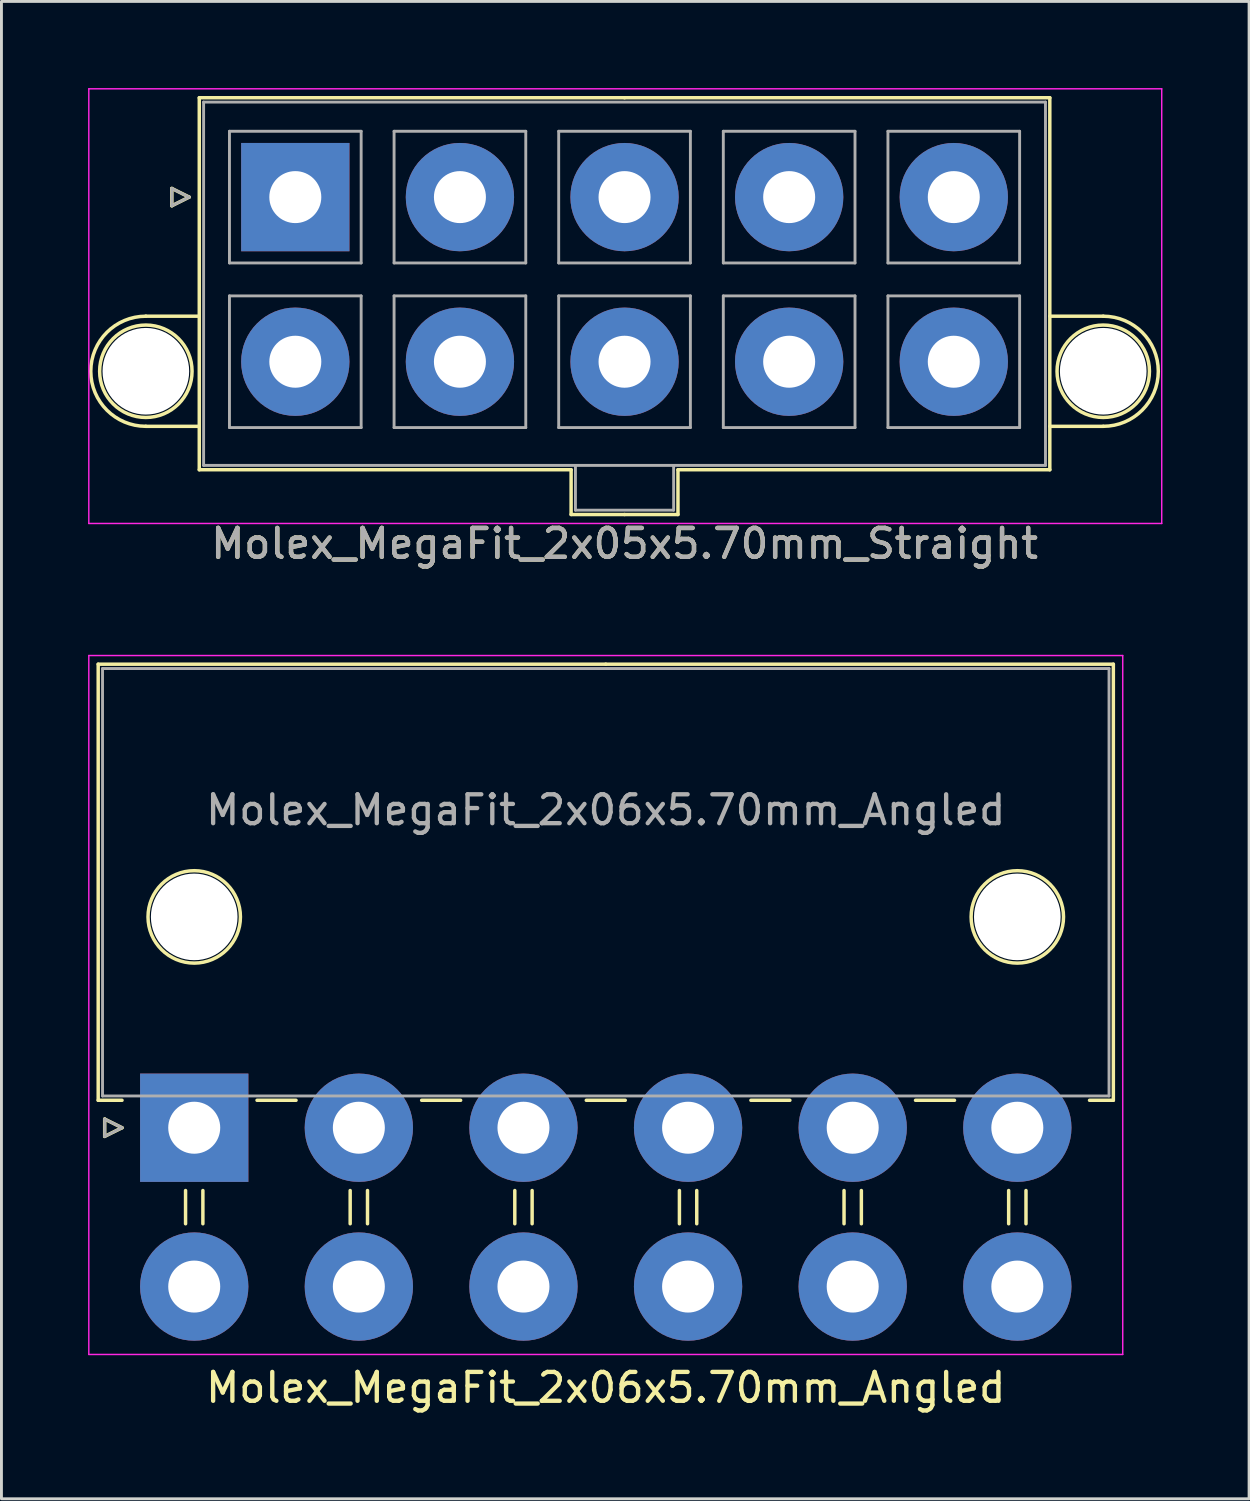
<source format=kicad_pcb>
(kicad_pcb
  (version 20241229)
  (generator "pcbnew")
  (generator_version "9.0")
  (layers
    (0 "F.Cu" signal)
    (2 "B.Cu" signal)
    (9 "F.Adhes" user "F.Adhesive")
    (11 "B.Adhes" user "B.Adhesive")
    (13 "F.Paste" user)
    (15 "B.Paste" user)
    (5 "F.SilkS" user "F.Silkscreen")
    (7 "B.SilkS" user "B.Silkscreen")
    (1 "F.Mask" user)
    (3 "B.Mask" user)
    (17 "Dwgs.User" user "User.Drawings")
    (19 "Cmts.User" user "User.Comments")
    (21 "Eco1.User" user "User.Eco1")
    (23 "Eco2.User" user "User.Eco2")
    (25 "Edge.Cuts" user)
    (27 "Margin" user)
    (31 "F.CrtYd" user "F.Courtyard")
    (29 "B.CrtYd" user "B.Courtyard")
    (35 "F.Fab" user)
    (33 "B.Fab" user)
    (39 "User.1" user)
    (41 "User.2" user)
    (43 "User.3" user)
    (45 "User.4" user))
  (footprint "Molex_MegaFit_2x06x5.70mm_Angled"
    (layer "F.Cu")
    (at 3.675 35.998)
    (property "Reference" "Molex_MegaFit_2x06x5.70mm_Angled" (at 14.25 9 0) (layer "F.SilkS") (effects (font (size 1 1) (thickness 0.15))))
    (attr through_hole)
    (fp_line (start -3.325 -16.05) (end -3.325 -0.95) (stroke (width 0.12) (type solid)) (layer "F.SilkS"))
    (fp_line (start -3.325 -0.95) (end -2.5 -0.95) (stroke (width 0.12) (type solid)) (layer "F.SilkS"))
    (fp_line (start -3.1 -0.3) (end -2.5 0) (stroke (width 0.12) (type solid)) (layer "F.SilkS"))
    (fp_line (start -3.1 0.3) (end -3.1 -0.3) (stroke (width 0.12) (type solid)) (layer "F.SilkS"))
    (fp_line (start -2.5 0) (end -3.1 0.3) (stroke (width 0.12) (type solid)) (layer "F.SilkS"))
    (fp_line (start -0.3 2.175) (end -0.3 3.325) (stroke (width 0.12) (type solid)) (layer "F.SilkS"))
    (fp_line (start 0.3 2.175) (end 0.3 3.325) (stroke (width 0.12) (type solid)) (layer "F.SilkS"))
    (fp_line (start 2.175 -0.95) (end 3.525 -0.95) (stroke (width 0.12) (type solid)) (layer "F.SilkS"))
    (fp_line (start 5.4 2.175) (end 5.4 3.325) (stroke (width 0.12) (type solid)) (layer "F.SilkS"))
    (fp_line (start 6 2.175) (end 6 3.325) (stroke (width 0.12) (type solid)) (layer "F.SilkS"))
    (fp_line (start 7.875 -0.95) (end 9.225 -0.95) (stroke (width 0.12) (type solid)) (layer "F.SilkS"))
    (fp_line (start 11.1 2.175) (end 11.1 3.325) (stroke (width 0.12) (type solid)) (layer "F.SilkS"))
    (fp_line (start 11.7 2.175) (end 11.7 3.325) (stroke (width 0.12) (type solid)) (layer "F.SilkS"))
    (fp_line (start 13.575 -0.95) (end 14.925 -0.95) (stroke (width 0.12) (type solid)) (layer "F.SilkS"))
    (fp_line (start 14.25 -16.05) (end -3.325 -16.05) (stroke (width 0.12) (type solid)) (layer "F.SilkS"))
    (fp_line (start 14.25 -16.05) (end 31.825 -16.05) (stroke (width 0.12) (type solid)) (layer "F.SilkS"))
    (fp_line (start 16.8 2.175) (end 16.8 3.325) (stroke (width 0.12) (type solid)) (layer "F.SilkS"))
    (fp_line (start 17.4 2.175) (end 17.4 3.325) (stroke (width 0.12) (type solid)) (layer "F.SilkS"))
    (fp_line (start 19.275 -0.95) (end 20.625 -0.95) (stroke (width 0.12) (type solid)) (layer "F.SilkS"))
    (fp_line (start 22.5 2.175) (end 22.5 3.325) (stroke (width 0.12) (type solid)) (layer "F.SilkS"))
    (fp_line (start 23.1 2.175) (end 23.1 3.325) (stroke (width 0.12) (type solid)) (layer "F.SilkS"))
    (fp_line (start 24.975 -0.95) (end 26.325 -0.95) (stroke (width 0.12) (type solid)) (layer "F.SilkS"))
    (fp_line (start 28.2 2.175) (end 28.2 3.325) (stroke (width 0.12) (type solid)) (layer "F.SilkS"))
    (fp_line (start 28.8 2.175) (end 28.8 3.325) (stroke (width 0.12) (type solid)) (layer "F.SilkS"))
    (fp_line (start 31.825 -16.05) (end 31.825 -0.95) (stroke (width 0.12) (type solid)) (layer "F.SilkS"))
    (fp_line (start 31.825 -0.95) (end 31 -0.95) (stroke (width 0.12) (type solid)) (layer "F.SilkS"))
    (fp_circle (center 0 -7.3) (end 1.6 -7.3) (stroke (width 0.12) (type solid)) (fill no) (layer "F.SilkS"))
    (fp_circle (center 28.5 -7.3) (end 30.1 -7.3) (stroke (width 0.12) (type solid)) (fill no) (layer "F.SilkS"))
    (fp_line (start -3.65 -16.35) (end -3.65 7.85) (stroke (width 0.05) (type solid)) (layer "F.CrtYd"))
    (fp_line (start -3.65 7.85) (end 32.15 7.85) (stroke (width 0.05) (type solid)) (layer "F.CrtYd"))
    (fp_line (start 32.15 -16.35) (end -3.65 -16.35) (stroke (width 0.05) (type solid)) (layer "F.CrtYd"))
    (fp_line (start 32.15 7.85) (end 32.15 -16.35) (stroke (width 0.05) (type solid)) (layer "F.CrtYd"))
    (fp_line (start -3.175 -15.9) (end -3.175 -1.1) (stroke (width 0.1) (type solid)) (layer "F.Fab"))
    (fp_line (start -3.175 -1.1) (end 31.675 -1.1) (stroke (width 0.1) (type solid)) (layer "F.Fab"))
    (fp_line (start -3.1 -0.3) (end -2.5 0) (stroke (width 0.1) (type solid)) (layer "F.Fab"))
    (fp_line (start -3.1 0.3) (end -3.1 -0.3) (stroke (width 0.1) (type solid)) (layer "F.Fab"))
    (fp_line (start -2.5 0) (end -3.1 0.3) (stroke (width 0.1) (type solid)) (layer "F.Fab"))
    (fp_line (start 31.675 -15.9) (end -3.175 -15.9) (stroke (width 0.1) (type solid)) (layer "F.Fab"))
    (fp_line (start 31.675 -1.1) (end 31.675 -15.9) (stroke (width 0.1) (type solid)) (layer "F.Fab"))
    (fp_text user "${REFERENCE}" (at 14.25 -11 0) (layer "F.Fab") (effects (font (size 1 1) (thickness 0.15))))
    (pad "" np_thru_hole circle (at 0 -7.3) (size 3 3) (drill 3) (layers "*.Cu" "*.Mask"))
    (pad "" np_thru_hole circle (at 28.5 -7.3) (size 3 3) (drill 3) (layers "*.Cu" "*.Mask"))
    (pad "1" thru_hole rect (at 0 0) (size 3.75 3.75) (drill 1.8) (layers "*.Cu" "*.Mask"))
    (pad "2" thru_hole circle (at 5.7 0) (size 3.75 3.75) (drill 1.8) (layers "*.Cu" "*.Mask"))
    (pad "3" thru_hole circle (at 11.4 0) (size 3.75 3.75) (drill 1.8) (layers "*.Cu" "*.Mask"))
    (pad "4" thru_hole circle (at 17.1 0) (size 3.75 3.75) (drill 1.8) (layers "*.Cu" "*.Mask"))
    (pad "5" thru_hole circle (at 22.8 0) (size 3.75 3.75) (drill 1.8) (layers "*.Cu" "*.Mask"))
    (pad "6" thru_hole circle (at 28.5 0) (size 3.75 3.75) (drill 1.8) (layers "*.Cu" "*.Mask"))
    (pad "7" thru_hole circle (at 0 5.5) (size 3.75 3.75) (drill 1.8) (layers "*.Cu" "*.Mask"))
    (pad "8" thru_hole circle (at 5.7 5.5) (size 3.75 3.75) (drill 1.8) (layers "*.Cu" "*.Mask"))
    (pad "9" thru_hole circle (at 11.4 5.5) (size 3.75 3.75) (drill 1.8) (layers "*.Cu" "*.Mask"))
    (pad "10" thru_hole circle (at 17.1 5.5) (size 3.75 3.75) (drill 1.8) (layers "*.Cu" "*.Mask"))
    (pad "11" thru_hole circle (at 22.8 5.5) (size 3.75 3.75) (drill 1.8) (layers "*.Cu" "*.Mask"))
    (pad "12" thru_hole circle (at 28.5 5.5) (size 3.75 3.75) (drill 1.8) (layers "*.Cu" "*.Mask")))
  (footprint "Molex_MegaFit_2x05x5.70mm_Straight"
    (layer "F.Cu")
    (at 7.175 3.775)
    (property "Reference" "Molex_MegaFit_2x05x5.70mm_Straight" (at 11.4 12 0) (layer "F.SilkS") (effects (font (size 1 1) (thickness 0.15))))
    (attr through_hole)
    (fp_line (start -5.175 4.124) (end -3.325 4.124) (stroke (width 0.12) (type solid)) (layer "F.SilkS"))
    (fp_line (start -5.175 7.936) (end -3.325 7.936) (stroke (width 0.12) (type solid)) (layer "F.SilkS"))
    (fp_line (start -4.275 -0.3) (end -3.675 0) (stroke (width 0.12) (type solid)) (layer "F.SilkS"))
    (fp_line (start -4.275 0.3) (end -4.275 -0.3) (stroke (width 0.12) (type solid)) (layer "F.SilkS"))
    (fp_line (start -3.675 0) (end -4.275 0.3) (stroke (width 0.12) (type solid)) (layer "F.SilkS"))
    (fp_line (start -3.325 -3.44) (end -3.325 9.44) (stroke (width 0.12) (type solid)) (layer "F.SilkS"))
    (fp_line (start -3.325 9.44) (end 9.55 9.44) (stroke (width 0.12) (type solid)) (layer "F.SilkS"))
    (fp_line (start 9.55 9.44) (end 9.55 10.99) (stroke (width 0.12) (type solid)) (layer "F.SilkS"))
    (fp_line (start 9.55 10.99) (end 11.4 10.99) (stroke (width 0.12) (type solid)) (layer "F.SilkS"))
    (fp_line (start 11.4 -3.44) (end -3.325 -3.44) (stroke (width 0.12) (type solid)) (layer "F.SilkS"))
    (fp_line (start 11.4 -3.44) (end 26.125 -3.44) (stroke (width 0.12) (type solid)) (layer "F.SilkS"))
    (fp_line (start 13.25 9.44) (end 13.25 10.99) (stroke (width 0.12) (type solid)) (layer "F.SilkS"))
    (fp_line (start 13.25 10.99) (end 11.4 10.99) (stroke (width 0.12) (type solid)) (layer "F.SilkS"))
    (fp_line (start 26.125 -3.44) (end 26.125 9.44) (stroke (width 0.12) (type solid)) (layer "F.SilkS"))
    (fp_line (start 26.125 9.44) (end 13.25 9.44) (stroke (width 0.12) (type solid)) (layer "F.SilkS"))
    (fp_line (start 27.975 4.124) (end 26.125 4.124) (stroke (width 0.12) (type solid)) (layer "F.SilkS"))
    (fp_line (start 27.975 7.936) (end 26.125 7.936) (stroke (width 0.12) (type solid)) (layer "F.SilkS"))
    (fp_arc (start -5.175 7.93625) (mid -7.08125 6.03) (end -5.175 4.12375) (stroke (width 0.12) (type solid)) (layer "F.SilkS"))
    (fp_arc (start 27.975 4.12375) (mid 29.88125 6.03) (end 27.975 7.93625) (stroke (width 0.12) (type solid)) (layer "F.SilkS"))
    (fp_circle (center -5.175 6.03) (end -3.575 6.03) (stroke (width 0.12) (type solid)) (fill no) (layer "F.SilkS"))
    (fp_circle (center 27.975 6.03) (end 29.575 6.03) (stroke (width 0.12) (type solid)) (fill no) (layer "F.SilkS"))
    (fp_line (start -7.15 -3.75) (end -7.15 11.3) (stroke (width 0.05) (type solid)) (layer "F.CrtYd"))
    (fp_line (start -7.15 11.3) (end 30 11.3) (stroke (width 0.05) (type solid)) (layer "F.CrtYd"))
    (fp_line (start 30 -3.75) (end -7.15 -3.75) (stroke (width 0.05) (type solid)) (layer "F.CrtYd"))
    (fp_line (start 30 11.3) (end 30 -3.75) (stroke (width 0.05) (type solid)) (layer "F.CrtYd"))
    (fp_line (start -4.275 -0.3) (end -3.675 0) (stroke (width 0.1) (type solid)) (layer "F.Fab"))
    (fp_line (start -4.275 0.3) (end -4.275 -0.3) (stroke (width 0.1) (type solid)) (layer "F.Fab"))
    (fp_line (start -3.675 0) (end -4.275 0.3) (stroke (width 0.1) (type solid)) (layer "F.Fab"))
    (fp_line (start -3.175 -3.29) (end -3.175 9.29) (stroke (width 0.1) (type solid)) (layer "F.Fab"))
    (fp_line (start -3.175 9.29) (end 25.975 9.29) (stroke (width 0.1) (type solid)) (layer "F.Fab"))
    (fp_line (start -2.28 -2.28) (end -2.28 2.28) (stroke (width 0.1) (type solid)) (layer "F.Fab"))
    (fp_line (start -2.28 2.28) (end 2.28 2.28) (stroke (width 0.1) (type solid)) (layer "F.Fab"))
    (fp_line (start -2.28 3.42) (end -2.28 7.98) (stroke (width 0.1) (type solid)) (layer "F.Fab"))
    (fp_line (start -2.28 7.98) (end 2.28 7.98) (stroke (width 0.1) (type solid)) (layer "F.Fab"))
    (fp_line (start 2.28 -2.28) (end -2.28 -2.28) (stroke (width 0.1) (type solid)) (layer "F.Fab"))
    (fp_line (start 2.28 2.28) (end 2.28 -2.28) (stroke (width 0.1) (type solid)) (layer "F.Fab"))
    (fp_line (start 2.28 3.42) (end -2.28 3.42) (stroke (width 0.1) (type solid)) (layer "F.Fab"))
    (fp_line (start 2.28 7.98) (end 2.28 3.42) (stroke (width 0.1) (type solid)) (layer "F.Fab"))
    (fp_line (start 3.42 -2.28) (end 3.42 2.28) (stroke (width 0.1) (type solid)) (layer "F.Fab"))
    (fp_line (start 3.42 2.28) (end 7.98 2.28) (stroke (width 0.1) (type solid)) (layer "F.Fab"))
    (fp_line (start 3.42 3.42) (end 3.42 7.98) (stroke (width 0.1) (type solid)) (layer "F.Fab"))
    (fp_line (start 3.42 7.98) (end 7.98 7.98) (stroke (width 0.1) (type solid)) (layer "F.Fab"))
    (fp_line (start 7.98 -2.28) (end 3.42 -2.28) (stroke (width 0.1) (type solid)) (layer "F.Fab"))
    (fp_line (start 7.98 2.28) (end 7.98 -2.28) (stroke (width 0.1) (type solid)) (layer "F.Fab"))
    (fp_line (start 7.98 3.42) (end 3.42 3.42) (stroke (width 0.1) (type solid)) (layer "F.Fab"))
    (fp_line (start 7.98 7.98) (end 7.98 3.42) (stroke (width 0.1) (type solid)) (layer "F.Fab"))
    (fp_line (start 9.12 -2.28) (end 9.12 2.28) (stroke (width 0.1) (type solid)) (layer "F.Fab"))
    (fp_line (start 9.12 2.28) (end 13.68 2.28) (stroke (width 0.1) (type solid)) (layer "F.Fab"))
    (fp_line (start 9.12 3.42) (end 9.12 7.98) (stroke (width 0.1) (type solid)) (layer "F.Fab"))
    (fp_line (start 9.12 7.98) (end 13.68 7.98) (stroke (width 0.1) (type solid)) (layer "F.Fab"))
    (fp_line (start 9.7 9.29) (end 9.7 10.84) (stroke (width 0.1) (type solid)) (layer "F.Fab"))
    (fp_line (start 9.7 10.84) (end 13.1 10.84) (stroke (width 0.1) (type solid)) (layer "F.Fab"))
    (fp_line (start 13.1 10.84) (end 13.1 9.29) (stroke (width 0.1) (type solid)) (layer "F.Fab"))
    (fp_line (start 13.68 -2.28) (end 9.12 -2.28) (stroke (width 0.1) (type solid)) (layer "F.Fab"))
    (fp_line (start 13.68 2.28) (end 13.68 -2.28) (stroke (width 0.1) (type solid)) (layer "F.Fab"))
    (fp_line (start 13.68 3.42) (end 9.12 3.42) (stroke (width 0.1) (type solid)) (layer "F.Fab"))
    (fp_line (start 13.68 7.98) (end 13.68 3.42) (stroke (width 0.1) (type solid)) (layer "F.Fab"))
    (fp_line (start 14.82 -2.28) (end 14.82 2.28) (stroke (width 0.1) (type solid)) (layer "F.Fab"))
    (fp_line (start 14.82 2.28) (end 19.38 2.28) (stroke (width 0.1) (type solid)) (layer "F.Fab"))
    (fp_line (start 14.82 3.42) (end 14.82 7.98) (stroke (width 0.1) (type solid)) (layer "F.Fab"))
    (fp_line (start 14.82 7.98) (end 19.38 7.98) (stroke (width 0.1) (type solid)) (layer "F.Fab"))
    (fp_line (start 19.38 -2.28) (end 14.82 -2.28) (stroke (width 0.1) (type solid)) (layer "F.Fab"))
    (fp_line (start 19.38 2.28) (end 19.38 -2.28) (stroke (width 0.1) (type solid)) (layer "F.Fab"))
    (fp_line (start 19.38 3.42) (end 14.82 3.42) (stroke (width 0.1) (type solid)) (layer "F.Fab"))
    (fp_line (start 19.38 7.98) (end 19.38 3.42) (stroke (width 0.1) (type solid)) (layer "F.Fab"))
    (fp_line (start 20.52 -2.28) (end 20.52 2.28) (stroke (width 0.1) (type solid)) (layer "F.Fab"))
    (fp_line (start 20.52 2.28) (end 25.08 2.28) (stroke (width 0.1) (type solid)) (layer "F.Fab"))
    (fp_line (start 20.52 3.42) (end 20.52 7.98) (stroke (width 0.1) (type solid)) (layer "F.Fab"))
    (fp_line (start 20.52 7.98) (end 25.08 7.98) (stroke (width 0.1) (type solid)) (layer "F.Fab"))
    (fp_line (start 25.08 -2.28) (end 20.52 -2.28) (stroke (width 0.1) (type solid)) (layer "F.Fab"))
    (fp_line (start 25.08 2.28) (end 25.08 -2.28) (stroke (width 0.1) (type solid)) (layer "F.Fab"))
    (fp_line (start 25.08 3.42) (end 20.52 3.42) (stroke (width 0.1) (type solid)) (layer "F.Fab"))
    (fp_line (start 25.08 7.98) (end 25.08 3.42) (stroke (width 0.1) (type solid)) (layer "F.Fab"))
    (fp_line (start 25.975 -3.29) (end -3.175 -3.29) (stroke (width 0.1) (type solid)) (layer "F.Fab"))
    (fp_line (start 25.975 9.29) (end 25.975 -3.29) (stroke (width 0.1) (type solid)) (layer "F.Fab"))
    (fp_text user "${REFERENCE}" (at 11.4 12 0) (layer "F.Fab") (effects (font (size 1 1) (thickness 0.15))))
    (pad "" np_thru_hole circle (at -5.175 6.03) (size 3 3) (drill 3) (layers "*.Cu" "*.Mask"))
    (pad "" np_thru_hole circle (at 27.975 6.03) (size 3 3) (drill 3) (layers "*.Cu" "*.Mask"))
    (pad "1" thru_hole rect (at 0 0) (size 3.75 3.75) (drill 1.8) (layers "*.Cu" "*.Mask"))
    (pad "2" thru_hole circle (at 5.7 0) (size 3.75 3.75) (drill 1.8) (layers "*.Cu" "*.Mask"))
    (pad "3" thru_hole circle (at 11.4 0) (size 3.75 3.75) (drill 1.8) (layers "*.Cu" "*.Mask"))
    (pad "4" thru_hole circle (at 17.1 0) (size 3.75 3.75) (drill 1.8) (layers "*.Cu" "*.Mask"))
    (pad "5" thru_hole circle (at 22.8 0) (size 3.75 3.75) (drill 1.8) (layers "*.Cu" "*.Mask"))
    (pad "6" thru_hole circle (at 0 5.7) (size 3.75 3.75) (drill 1.8) (layers "*.Cu" "*.Mask"))
    (pad "7" thru_hole circle (at 5.7 5.7) (size 3.75 3.75) (drill 1.8) (layers "*.Cu" "*.Mask"))
    (pad "8" thru_hole circle (at 11.4 5.7) (size 3.75 3.75) (drill 1.8) (layers "*.Cu" "*.Mask"))
    (pad "9" thru_hole circle (at 17.1 5.7) (size 3.75 3.75) (drill 1.8) (layers "*.Cu" "*.Mask"))
    (pad "10" thru_hole circle (at 22.8 5.7) (size 3.75 3.75) (drill 1.8) (layers "*.Cu" "*.Mask")))
  (gr_rect
    (start -3 -3)
    (end 40.2 48.846)
    (stroke (width 0.1) (type default))
    (fill no)
    (layer "Edge.Cuts")))
</source>
